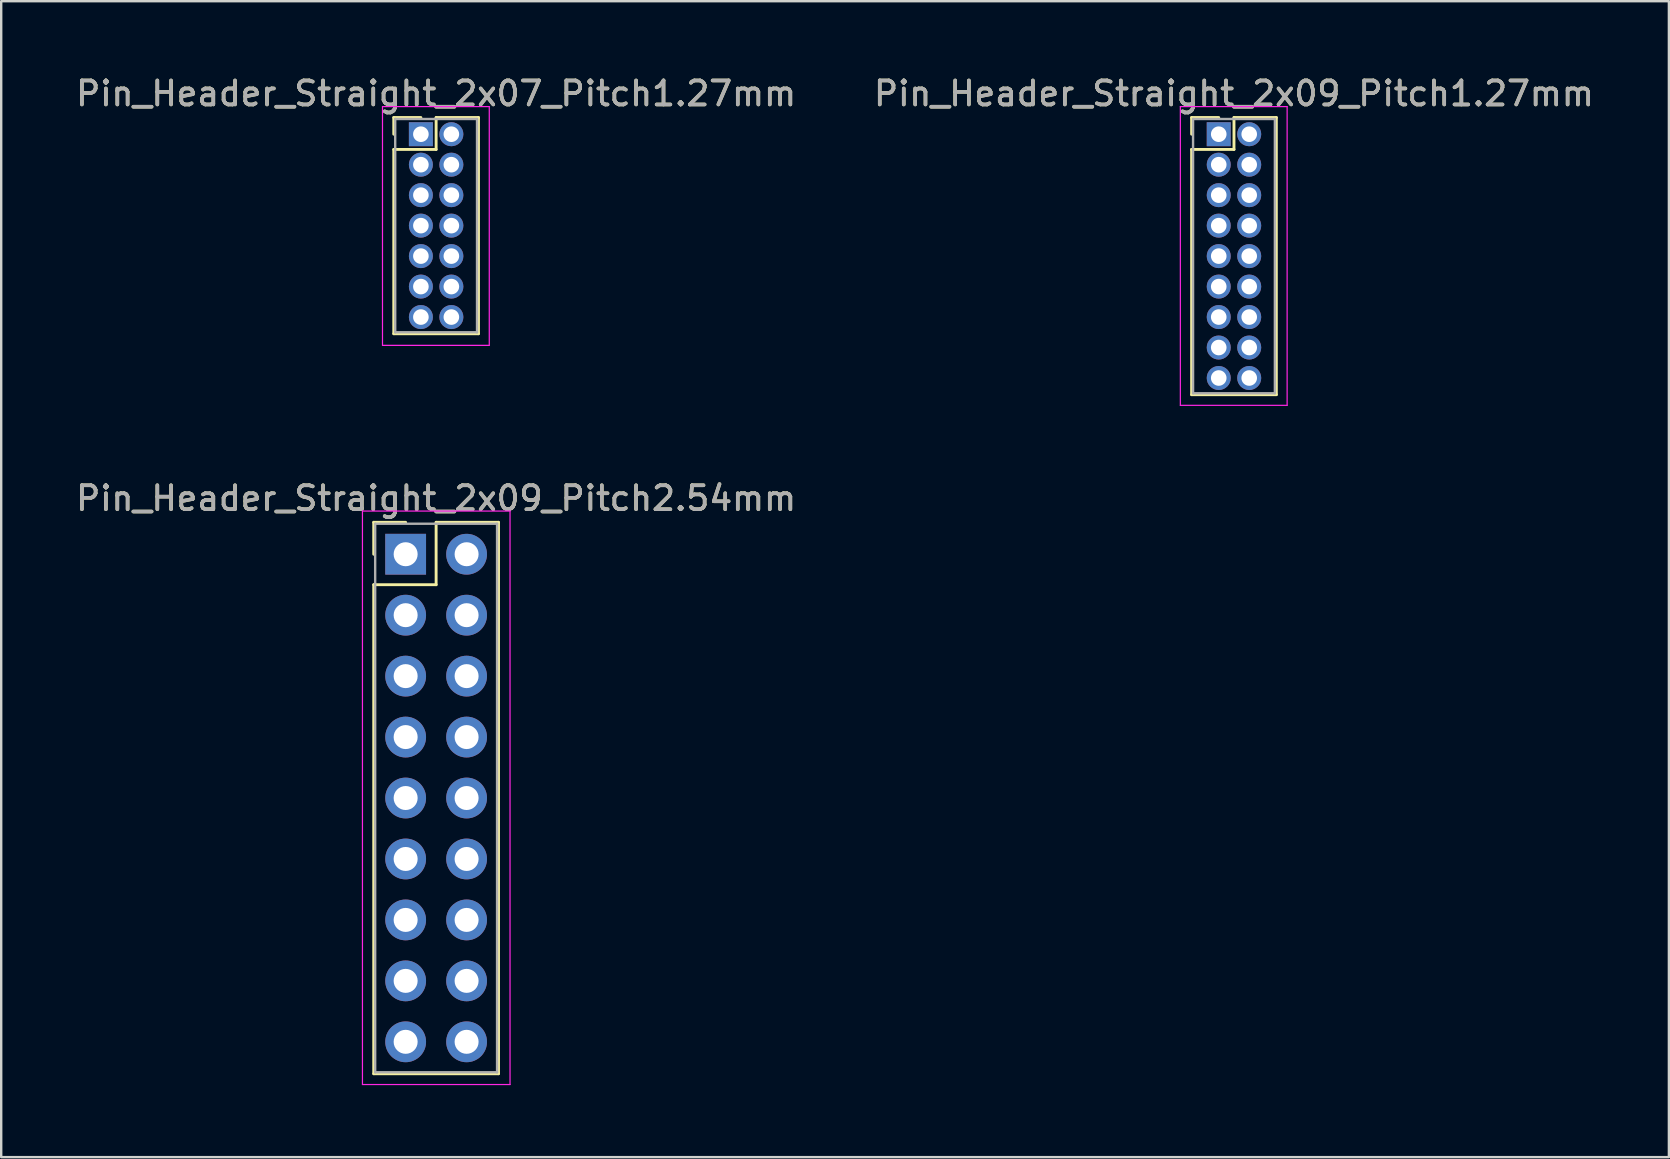
<source format=kicad_pcb>
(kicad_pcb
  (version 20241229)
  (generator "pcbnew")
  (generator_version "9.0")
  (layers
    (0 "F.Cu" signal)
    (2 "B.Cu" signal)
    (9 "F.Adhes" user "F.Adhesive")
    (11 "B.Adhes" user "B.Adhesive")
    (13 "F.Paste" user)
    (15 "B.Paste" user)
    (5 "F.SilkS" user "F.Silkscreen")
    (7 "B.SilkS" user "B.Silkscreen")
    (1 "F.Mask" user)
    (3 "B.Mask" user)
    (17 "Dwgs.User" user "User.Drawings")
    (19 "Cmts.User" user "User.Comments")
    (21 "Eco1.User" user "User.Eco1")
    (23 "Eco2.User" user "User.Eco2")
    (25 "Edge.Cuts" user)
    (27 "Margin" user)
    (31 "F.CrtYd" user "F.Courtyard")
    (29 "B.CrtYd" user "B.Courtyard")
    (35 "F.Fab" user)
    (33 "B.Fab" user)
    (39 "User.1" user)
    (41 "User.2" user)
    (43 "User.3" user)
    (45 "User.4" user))
  (footprint "Pin_Header_Straight_2x09_Pitch2.54mm"
    (layer "F.Cu")
    (at 13.855 20.047)
    (property "Reference" "Pin_Header_Straight_2x09_Pitch2.54mm" (at 1.27 -2.33 0) (layer "F.SilkS") (effects (font (size 1 1) (thickness 0.15))))
    (attr through_hole)
    (fp_line (start -1.33 -1.33) (end 0 -1.33) (stroke (width 0.12) (type solid)) (layer "F.SilkS"))
    (fp_line (start -1.33 0) (end -1.33 -1.33) (stroke (width 0.12) (type solid)) (layer "F.SilkS"))
    (fp_line (start -1.33 1.27) (end -1.33 21.65) (stroke (width 0.12) (type solid)) (layer "F.SilkS"))
    (fp_line (start -1.33 21.65) (end 3.87 21.65) (stroke (width 0.12) (type solid)) (layer "F.SilkS"))
    (fp_line (start 1.27 -1.33) (end 1.27 1.27) (stroke (width 0.12) (type solid)) (layer "F.SilkS"))
    (fp_line (start 1.27 1.27) (end -1.33 1.27) (stroke (width 0.12) (type solid)) (layer "F.SilkS"))
    (fp_line (start 3.87 -1.33) (end 1.27 -1.33) (stroke (width 0.12) (type solid)) (layer "F.SilkS"))
    (fp_line (start 3.87 21.65) (end 3.87 -1.33) (stroke (width 0.12) (type solid)) (layer "F.SilkS"))
    (fp_line (start -1.8 -1.8) (end -1.8 22.1) (stroke (width 0.05) (type solid)) (layer "F.CrtYd"))
    (fp_line (start -1.8 22.1) (end 4.35 22.1) (stroke (width 0.05) (type solid)) (layer "F.CrtYd"))
    (fp_line (start 4.35 -1.8) (end -1.8 -1.8) (stroke (width 0.05) (type solid)) (layer "F.CrtYd"))
    (fp_line (start 4.35 22.1) (end 4.35 -1.8) (stroke (width 0.05) (type solid)) (layer "F.CrtYd"))
    (fp_line (start -1.27 -1.27) (end -1.27 21.59) (stroke (width 0.1) (type solid)) (layer "F.Fab"))
    (fp_line (start -1.27 21.59) (end 3.81 21.59) (stroke (width 0.1) (type solid)) (layer "F.Fab"))
    (fp_line (start 3.81 -1.27) (end -1.27 -1.27) (stroke (width 0.1) (type solid)) (layer "F.Fab"))
    (fp_line (start 3.81 21.59) (end 3.81 -1.27) (stroke (width 0.1) (type solid)) (layer "F.Fab"))
    (fp_text user "${REFERENCE}" (at 1.27 -2.33 0) (layer "F.Fab") (effects (font (size 1 1) (thickness 0.15))))
    (pad "1" thru_hole rect (at 0 0) (size 1.7 1.7) (drill 1) (layers "*.Cu" "*.Mask"))
    (pad "2" thru_hole oval (at 2.54 0) (size 1.7 1.7) (drill 1) (layers "*.Cu" "*.Mask"))
    (pad "3" thru_hole oval (at 0 2.54) (size 1.7 1.7) (drill 1) (layers "*.Cu" "*.Mask"))
    (pad "4" thru_hole oval (at 2.54 2.54) (size 1.7 1.7) (drill 1) (layers "*.Cu" "*.Mask"))
    (pad "5" thru_hole oval (at 0 5.08) (size 1.7 1.7) (drill 1) (layers "*.Cu" "*.Mask"))
    (pad "6" thru_hole oval (at 2.54 5.08) (size 1.7 1.7) (drill 1) (layers "*.Cu" "*.Mask"))
    (pad "7" thru_hole oval (at 0 7.62) (size 1.7 1.7) (drill 1) (layers "*.Cu" "*.Mask"))
    (pad "8" thru_hole oval (at 2.54 7.62) (size 1.7 1.7) (drill 1) (layers "*.Cu" "*.Mask"))
    (pad "9" thru_hole oval (at 0 10.16) (size 1.7 1.7) (drill 1) (layers "*.Cu" "*.Mask"))
    (pad "10" thru_hole oval (at 2.54 10.16) (size 1.7 1.7) (drill 1) (layers "*.Cu" "*.Mask"))
    (pad "11" thru_hole oval (at 0 12.7) (size 1.7 1.7) (drill 1) (layers "*.Cu" "*.Mask"))
    (pad "12" thru_hole oval (at 2.54 12.7) (size 1.7 1.7) (drill 1) (layers "*.Cu" "*.Mask"))
    (pad "13" thru_hole oval (at 0 15.24) (size 1.7 1.7) (drill 1) (layers "*.Cu" "*.Mask"))
    (pad "14" thru_hole oval (at 2.54 15.24) (size 1.7 1.7) (drill 1) (layers "*.Cu" "*.Mask"))
    (pad "15" thru_hole oval (at 0 17.78) (size 1.7 1.7) (drill 1) (layers "*.Cu" "*.Mask"))
    (pad "16" thru_hole oval (at 2.54 17.78) (size 1.7 1.7) (drill 1) (layers "*.Cu" "*.Mask"))
    (pad "17" thru_hole oval (at 0 20.32) (size 1.7 1.7) (drill 1) (layers "*.Cu" "*.Mask"))
    (pad "18" thru_hole oval (at 2.54 20.32) (size 1.7 1.7) (drill 1) (layers "*.Cu" "*.Mask")))
  (footprint "Pin_Header_Straight_2x07_Pitch1.27mm"
    (layer "F.Cu")
    (at 14.49 2.543)
    (property "Reference" "Pin_Header_Straight_2x07_Pitch1.27mm" (at 0.635 -1.695 0) (layer "F.SilkS") (effects (font (size 1 1) (thickness 0.15))))
    (attr through_hole)
    (fp_line (start -1.13 -0.695) (end 0 -0.695) (stroke (width 0.12) (type solid)) (layer "F.SilkS"))
    (fp_line (start -1.13 0) (end -1.13 -0.695) (stroke (width 0.12) (type solid)) (layer "F.SilkS"))
    (fp_line (start -1.13 0.635) (end -1.13 8.315) (stroke (width 0.12) (type solid)) (layer "F.SilkS"))
    (fp_line (start -1.13 8.315) (end 2.4 8.315) (stroke (width 0.12) (type solid)) (layer "F.SilkS"))
    (fp_line (start 0.635 -0.695) (end 0.635 0.635) (stroke (width 0.12) (type solid)) (layer "F.SilkS"))
    (fp_line (start 0.635 0.635) (end -1.13 0.635) (stroke (width 0.12) (type solid)) (layer "F.SilkS"))
    (fp_line (start 2.4 -0.695) (end 0.635 -0.695) (stroke (width 0.12) (type solid)) (layer "F.SilkS"))
    (fp_line (start 2.4 8.315) (end 2.4 -0.695) (stroke (width 0.12) (type solid)) (layer "F.SilkS"))
    (fp_line (start -1.6 -1.15) (end -1.6 8.8) (stroke (width 0.05) (type solid)) (layer "F.CrtYd"))
    (fp_line (start -1.6 8.8) (end 2.85 8.8) (stroke (width 0.05) (type solid)) (layer "F.CrtYd"))
    (fp_line (start 2.85 -1.15) (end -1.6 -1.15) (stroke (width 0.05) (type solid)) (layer "F.CrtYd"))
    (fp_line (start 2.85 8.8) (end 2.85 -1.15) (stroke (width 0.05) (type solid)) (layer "F.CrtYd"))
    (fp_line (start -1.07 -0.635) (end -1.07 8.255) (stroke (width 0.1) (type solid)) (layer "F.Fab"))
    (fp_line (start -1.07 8.255) (end 2.34 8.255) (stroke (width 0.1) (type solid)) (layer "F.Fab"))
    (fp_line (start 2.34 -0.635) (end -1.07 -0.635) (stroke (width 0.1) (type solid)) (layer "F.Fab"))
    (fp_line (start 2.34 8.255) (end 2.34 -0.635) (stroke (width 0.1) (type solid)) (layer "F.Fab"))
    (fp_text user "${REFERENCE}" (at 0.635 -1.695 0) (layer "F.Fab") (effects (font (size 1 1) (thickness 0.15))))
    (pad "1" thru_hole rect (at 0 0) (size 1 1) (drill 0.65) (layers "*.Cu" "*.Mask"))
    (pad "2" thru_hole oval (at 1.27 0) (size 1 1) (drill 0.65) (layers "*.Cu" "*.Mask"))
    (pad "3" thru_hole oval (at 0 1.27) (size 1 1) (drill 0.65) (layers "*.Cu" "*.Mask"))
    (pad "4" thru_hole oval (at 1.27 1.27) (size 1 1) (drill 0.65) (layers "*.Cu" "*.Mask"))
    (pad "5" thru_hole oval (at 0 2.54) (size 1 1) (drill 0.65) (layers "*.Cu" "*.Mask"))
    (pad "6" thru_hole oval (at 1.27 2.54) (size 1 1) (drill 0.65) (layers "*.Cu" "*.Mask"))
    (pad "7" thru_hole oval (at 0 3.81) (size 1 1) (drill 0.65) (layers "*.Cu" "*.Mask"))
    (pad "8" thru_hole oval (at 1.27 3.81) (size 1 1) (drill 0.65) (layers "*.Cu" "*.Mask"))
    (pad "9" thru_hole oval (at 0 5.08) (size 1 1) (drill 0.65) (layers "*.Cu" "*.Mask"))
    (pad "10" thru_hole oval (at 1.27 5.08) (size 1 1) (drill 0.65) (layers "*.Cu" "*.Mask"))
    (pad "11" thru_hole oval (at 0 6.35) (size 1 1) (drill 0.65) (layers "*.Cu" "*.Mask"))
    (pad "12" thru_hole oval (at 1.27 6.35) (size 1 1) (drill 0.65) (layers "*.Cu" "*.Mask"))
    (pad "13" thru_hole oval (at 0 7.62) (size 1 1) (drill 0.65) (layers "*.Cu" "*.Mask"))
    (pad "14" thru_hole oval (at 1.27 7.62) (size 1 1) (drill 0.65) (layers "*.Cu" "*.Mask")))
  (footprint "Pin_Header_Straight_2x09_Pitch1.27mm"
    (layer "F.Cu")
    (at 47.74 2.543)
    (property "Reference" "Pin_Header_Straight_2x09_Pitch1.27mm" (at 0.635 -1.695 0) (layer "F.SilkS") (effects (font (size 1 1) (thickness 0.15))))
    (attr through_hole)
    (fp_line (start -1.13 -0.695) (end 0 -0.695) (stroke (width 0.12) (type solid)) (layer "F.SilkS"))
    (fp_line (start -1.13 0) (end -1.13 -0.695) (stroke (width 0.12) (type solid)) (layer "F.SilkS"))
    (fp_line (start -1.13 0.635) (end -1.13 10.855) (stroke (width 0.12) (type solid)) (layer "F.SilkS"))
    (fp_line (start -1.13 10.855) (end 2.4 10.855) (stroke (width 0.12) (type solid)) (layer "F.SilkS"))
    (fp_line (start 0.635 -0.695) (end 0.635 0.635) (stroke (width 0.12) (type solid)) (layer "F.SilkS"))
    (fp_line (start 0.635 0.635) (end -1.13 0.635) (stroke (width 0.12) (type solid)) (layer "F.SilkS"))
    (fp_line (start 2.4 -0.695) (end 0.635 -0.695) (stroke (width 0.12) (type solid)) (layer "F.SilkS"))
    (fp_line (start 2.4 10.855) (end 2.4 -0.695) (stroke (width 0.12) (type solid)) (layer "F.SilkS"))
    (fp_line (start -1.6 -1.15) (end -1.6 11.3) (stroke (width 0.05) (type solid)) (layer "F.CrtYd"))
    (fp_line (start -1.6 11.3) (end 2.85 11.3) (stroke (width 0.05) (type solid)) (layer "F.CrtYd"))
    (fp_line (start 2.85 -1.15) (end -1.6 -1.15) (stroke (width 0.05) (type solid)) (layer "F.CrtYd"))
    (fp_line (start 2.85 11.3) (end 2.85 -1.15) (stroke (width 0.05) (type solid)) (layer "F.CrtYd"))
    (fp_line (start -1.07 -0.635) (end -1.07 10.795) (stroke (width 0.1) (type solid)) (layer "F.Fab"))
    (fp_line (start -1.07 10.795) (end 2.34 10.795) (stroke (width 0.1) (type solid)) (layer "F.Fab"))
    (fp_line (start 2.34 -0.635) (end -1.07 -0.635) (stroke (width 0.1) (type solid)) (layer "F.Fab"))
    (fp_line (start 2.34 10.795) (end 2.34 -0.635) (stroke (width 0.1) (type solid)) (layer "F.Fab"))
    (fp_text user "${REFERENCE}" (at 0.635 -1.695 0) (layer "F.Fab") (effects (font (size 1 1) (thickness 0.15))))
    (pad "1" thru_hole rect (at 0 0) (size 1 1) (drill 0.65) (layers "*.Cu" "*.Mask"))
    (pad "2" thru_hole oval (at 1.27 0) (size 1 1) (drill 0.65) (layers "*.Cu" "*.Mask"))
    (pad "3" thru_hole oval (at 0 1.27) (size 1 1) (drill 0.65) (layers "*.Cu" "*.Mask"))
    (pad "4" thru_hole oval (at 1.27 1.27) (size 1 1) (drill 0.65) (layers "*.Cu" "*.Mask"))
    (pad "5" thru_hole oval (at 0 2.54) (size 1 1) (drill 0.65) (layers "*.Cu" "*.Mask"))
    (pad "6" thru_hole oval (at 1.27 2.54) (size 1 1) (drill 0.65) (layers "*.Cu" "*.Mask"))
    (pad "7" thru_hole oval (at 0 3.81) (size 1 1) (drill 0.65) (layers "*.Cu" "*.Mask"))
    (pad "8" thru_hole oval (at 1.27 3.81) (size 1 1) (drill 0.65) (layers "*.Cu" "*.Mask"))
    (pad "9" thru_hole oval (at 0 5.08) (size 1 1) (drill 0.65) (layers "*.Cu" "*.Mask"))
    (pad "10" thru_hole oval (at 1.27 5.08) (size 1 1) (drill 0.65) (layers "*.Cu" "*.Mask"))
    (pad "11" thru_hole oval (at 0 6.35) (size 1 1) (drill 0.65) (layers "*.Cu" "*.Mask"))
    (pad "12" thru_hole oval (at 1.27 6.35) (size 1 1) (drill 0.65) (layers "*.Cu" "*.Mask"))
    (pad "13" thru_hole oval (at 0 7.62) (size 1 1) (drill 0.65) (layers "*.Cu" "*.Mask"))
    (pad "14" thru_hole oval (at 1.27 7.62) (size 1 1) (drill 0.65) (layers "*.Cu" "*.Mask"))
    (pad "15" thru_hole oval (at 0 8.89) (size 1 1) (drill 0.65) (layers "*.Cu" "*.Mask"))
    (pad "16" thru_hole oval (at 1.27 8.89) (size 1 1) (drill 0.65) (layers "*.Cu" "*.Mask"))
    (pad "17" thru_hole oval (at 0 10.16) (size 1 1) (drill 0.65) (layers "*.Cu" "*.Mask"))
    (pad "18" thru_hole oval (at 1.27 10.16) (size 1 1) (drill 0.65) (layers "*.Cu" "*.Mask")))
  (gr_rect
    (start -3 -3)
    (end 66.5 45.172)
    (stroke (width 0.1) (type default))
    (fill no)
    (layer "Edge.Cuts")))
</source>
